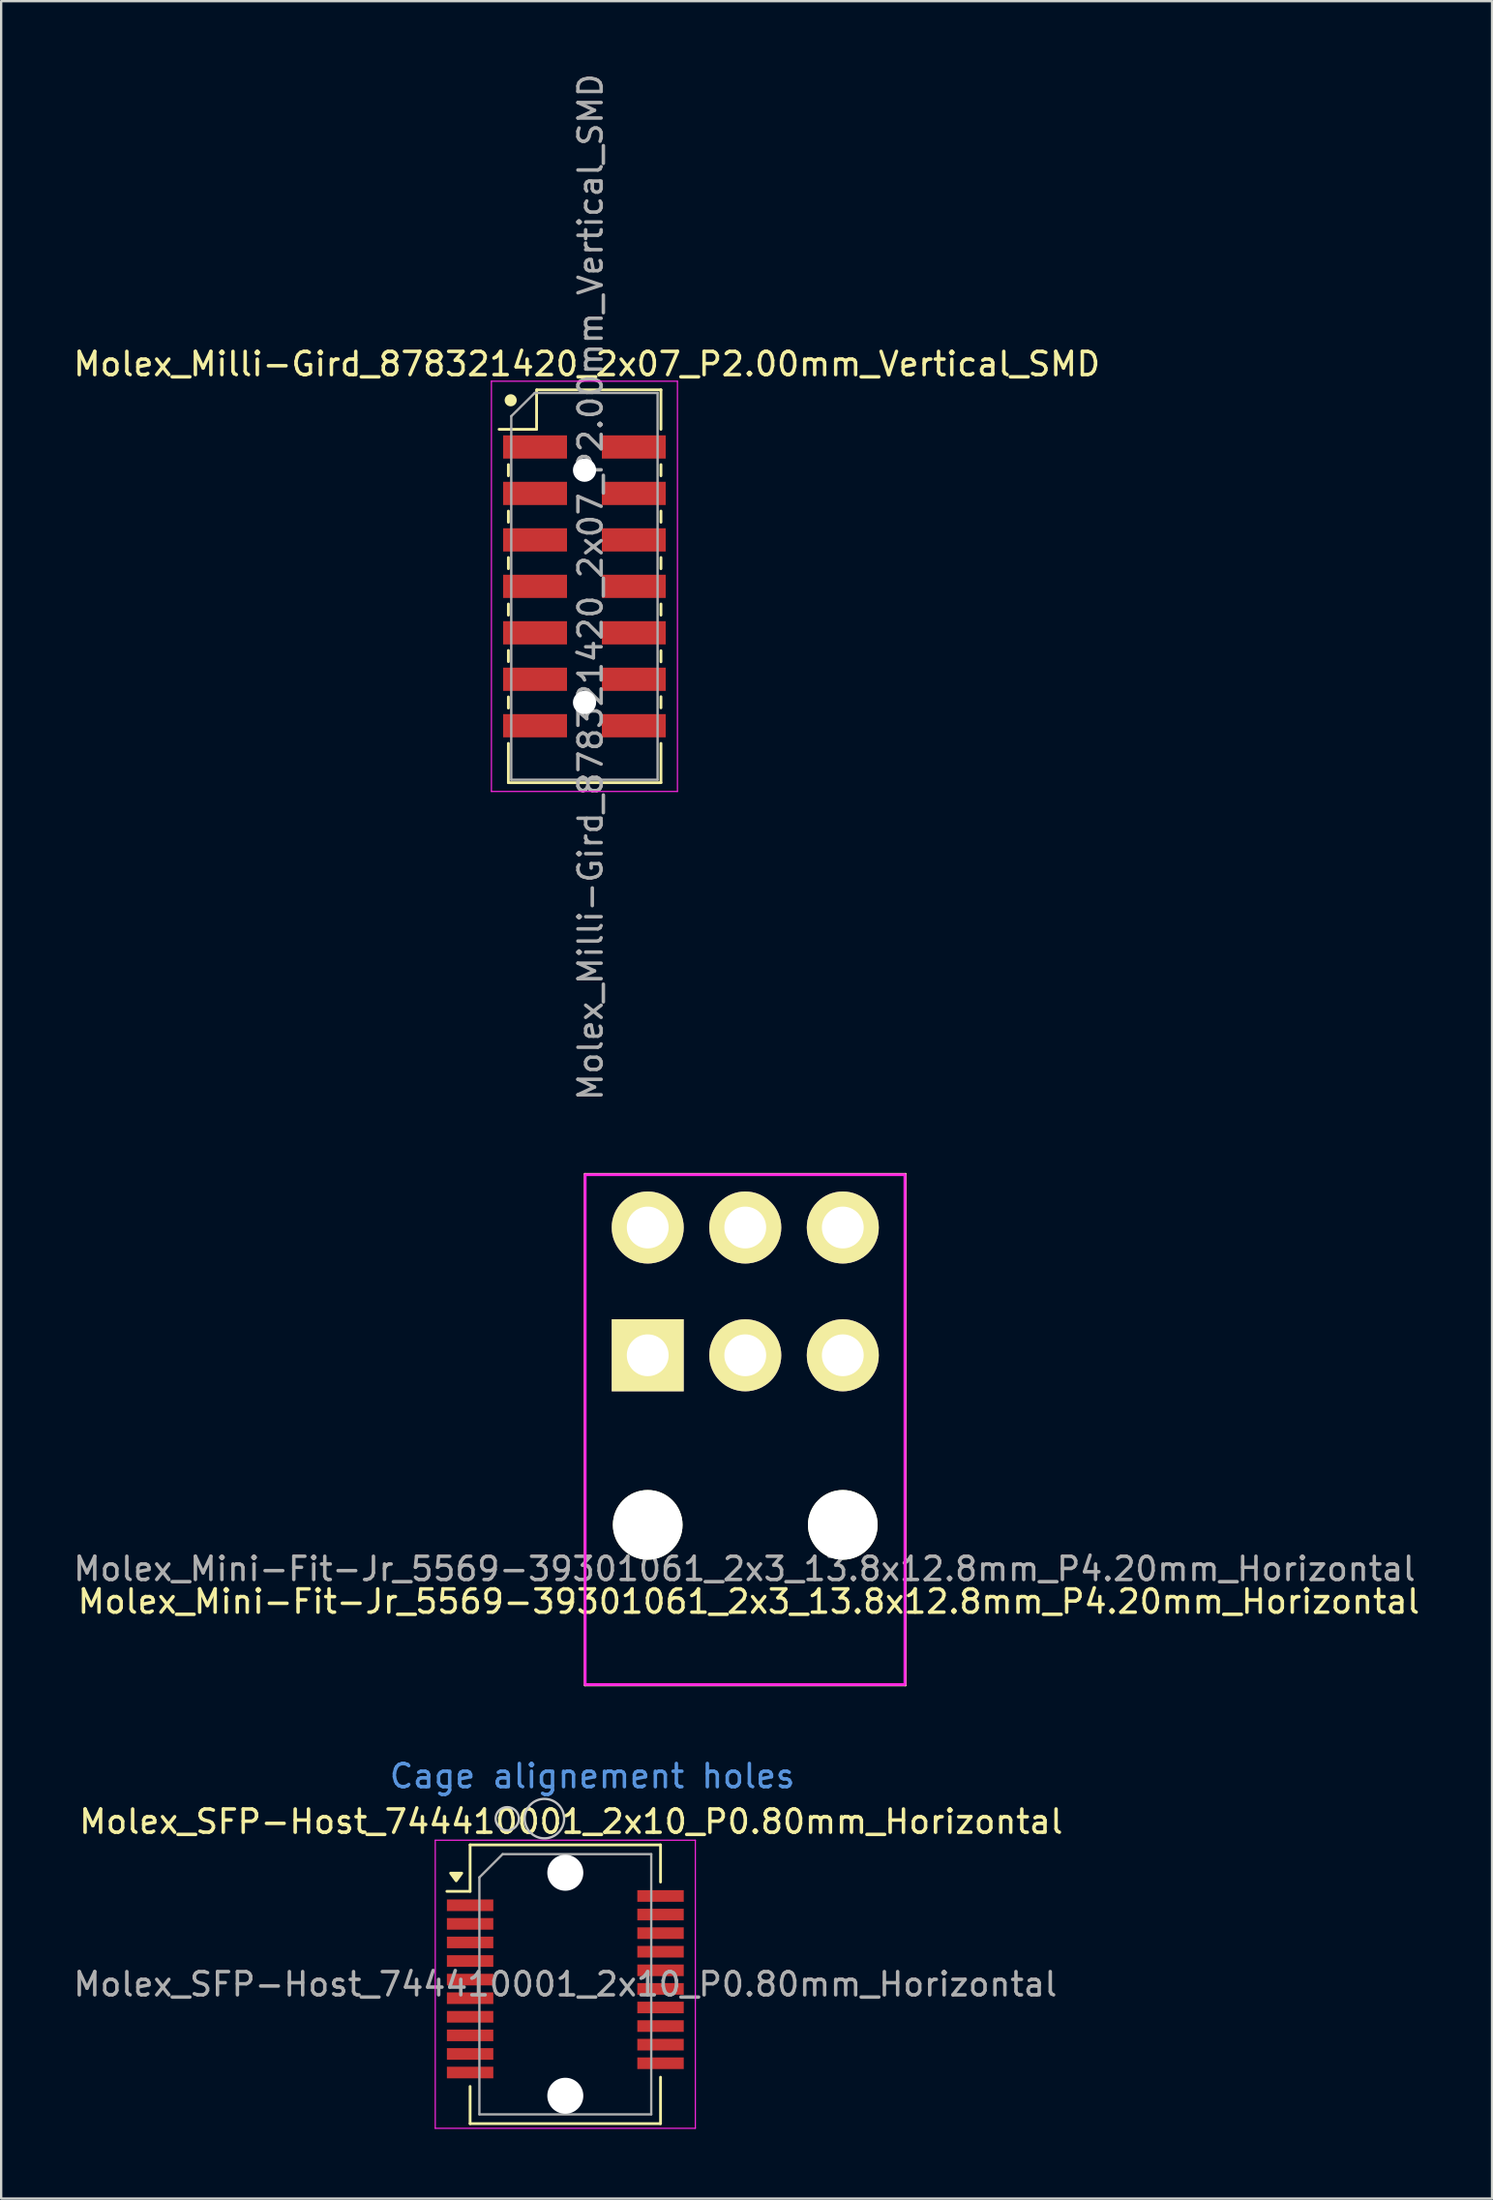
<source format=kicad_pcb>
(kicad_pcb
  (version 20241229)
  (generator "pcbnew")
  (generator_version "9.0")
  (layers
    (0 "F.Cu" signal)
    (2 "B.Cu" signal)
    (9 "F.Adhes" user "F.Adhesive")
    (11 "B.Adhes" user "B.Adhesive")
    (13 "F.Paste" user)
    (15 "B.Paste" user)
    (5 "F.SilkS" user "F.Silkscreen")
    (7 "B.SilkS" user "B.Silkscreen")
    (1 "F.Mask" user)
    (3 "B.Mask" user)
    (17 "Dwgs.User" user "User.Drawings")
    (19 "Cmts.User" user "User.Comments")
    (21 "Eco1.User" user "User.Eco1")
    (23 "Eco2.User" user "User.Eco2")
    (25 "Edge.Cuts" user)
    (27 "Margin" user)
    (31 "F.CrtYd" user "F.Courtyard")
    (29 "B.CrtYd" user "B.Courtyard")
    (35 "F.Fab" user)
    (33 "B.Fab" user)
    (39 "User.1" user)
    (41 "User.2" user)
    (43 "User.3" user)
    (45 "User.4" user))
  (footprint "Molex_SFP-Host_744410001_2x10_P0.80mm_Horizontal"
    (layer "F.Cu")
    (at 17.192 78.965)
    (property "Reference" "Molex_SFP-Host_744410001_2x10_P0.80mm_Horizontal" (at 4.35 -3.6 0) (layer "F.SilkS") (effects (font (size 1 1) (thickness 0.15))))
    (attr smd)
    (fp_line (start 0 -2.6) (end 0 -0.6) (stroke (width 0.12) (type solid)) (layer "F.SilkS"))
    (fp_line (start 0 -0.6) (end -1 -0.6) (stroke (width 0.12) (type solid)) (layer "F.SilkS"))
    (fp_line (start 0 7.8) (end 0 9.4) (stroke (width 0.12) (type solid)) (layer "F.SilkS"))
    (fp_line (start 8.2 -2.6) (end 0 -2.6) (stroke (width 0.12) (type solid)) (layer "F.SilkS"))
    (fp_line (start 8.2 -1) (end 8.2 -2.6) (stroke (width 0.12) (type solid)) (layer "F.SilkS"))
    (fp_line (start 8.2 7.4) (end 8.2 9.4) (stroke (width 0.12) (type solid)) (layer "F.SilkS"))
    (fp_line (start 8.2 9.4) (end 0 9.4) (stroke (width 0.12) (type solid)) (layer "F.SilkS"))
    (fp_poly (pts (xy -0.599 -1.053) (xy -0.839 -1.383) (xy -0.359 -1.383) (xy -0.599 -1.053)) (stroke (width 0.12) (type solid)) (fill yes) (layer "F.SilkS"))
    (fp_circle (center 1.6 -3.725) (end 2.1 -3.725) (stroke (width 0.1) (type default)) (fill no) (layer "Dwgs.User"))
    (fp_circle (center 3.2 -3.73) (end 4.05 -3.73) (stroke (width 0.1) (type default)) (fill no) (layer "Dwgs.User"))
    (fp_line (start -1.5 -2.8) (end -1.5 9.6) (stroke (width 0.05) (type default)) (layer "F.CrtYd"))
    (fp_line (start -1.5 -2.8) (end 9.7 -2.8) (stroke (width 0.05) (type solid)) (layer "F.CrtYd"))
    (fp_line (start 9.7 9.6) (end -1.5 9.6) (stroke (width 0.05) (type solid)) (layer "F.CrtYd"))
    (fp_line (start 9.7 9.6) (end 9.7 -2.8) (stroke (width 0.05) (type solid)) (layer "F.CrtYd"))
    (fp_line (start 0.4 -1.2) (end 0.4 9) (stroke (width 0.1) (type solid)) (layer "F.Fab"))
    (fp_line (start 0.4 -1.2) (end 1.4 -2.2) (stroke (width 0.1) (type solid)) (layer "F.Fab"))
    (fp_line (start 7.8 -2.2) (end 1.4 -2.2) (stroke (width 0.1) (type solid)) (layer "F.Fab"))
    (fp_line (start 7.8 -2.2) (end 7.8 9) (stroke (width 0.1) (type solid)) (layer "F.Fab"))
    (fp_line (start 7.8 9) (end 0.4 9) (stroke (width 0.1) (type solid)) (layer "F.Fab"))
    (fp_text user "Cage alignement holes" (at -3.55 -4.975 0) (unlocked yes) (layer "Cmts.User") (effects (font (size 1 1) (thickness 0.15)) (justify left bottom)))
    (fp_text user "${REFERENCE}" (at 4.1 3.4 0) (layer "F.Fab") (effects (font (size 1 1) (thickness 0.15))))
    (pad "" np_thru_hole circle (at 4.1 -1.4) (size 1.55 1.55) (drill 1.55) (layers "*.Cu" "*.Mask"))
    (pad "" np_thru_hole circle (at 4.1 8.2) (size 1.55 1.55) (drill 1.55) (layers "*.Cu" "*.Mask"))
    (pad "1" smd rect (at 0 0) (size 2 0.5) (layers "F.Cu" "F.Mask" "F.Paste"))
    (pad "2" smd rect (at 0 0.8) (size 2 0.5) (layers "F.Cu" "F.Mask" "F.Paste"))
    (pad "3" smd rect (at 0 1.6) (size 2 0.5) (layers "F.Cu" "F.Mask" "F.Paste"))
    (pad "4" smd rect (at 0 2.4) (size 2 0.5) (layers "F.Cu" "F.Mask" "F.Paste"))
    (pad "5" smd rect (at 0 3.2) (size 2 0.5) (layers "F.Cu" "F.Mask" "F.Paste"))
    (pad "6" smd rect (at 0 4) (size 2 0.5) (layers "F.Cu" "F.Mask" "F.Paste"))
    (pad "7" smd rect (at 0 4.8) (size 2 0.5) (layers "F.Cu" "F.Mask" "F.Paste"))
    (pad "8" smd rect (at 0 5.6) (size 2 0.5) (layers "F.Cu" "F.Mask" "F.Paste"))
    (pad "9" smd rect (at 0 6.4) (size 2 0.5) (layers "F.Cu" "F.Mask" "F.Paste"))
    (pad "10" smd rect (at 0 7.2) (size 2 0.5) (layers "F.Cu" "F.Mask" "F.Paste"))
    (pad "11" smd rect (at 8.2 6.8) (size 2 0.5) (layers "F.Cu" "F.Mask" "F.Paste"))
    (pad "12" smd rect (at 8.2 6) (size 2 0.5) (layers "F.Cu" "F.Mask" "F.Paste"))
    (pad "13" smd rect (at 8.2 5.2) (size 2 0.5) (layers "F.Cu" "F.Mask" "F.Paste"))
    (pad "14" smd rect (at 8.2 4.4) (size 2 0.5) (layers "F.Cu" "F.Mask" "F.Paste"))
    (pad "15" smd rect (at 8.2 3.6) (size 2 0.5) (layers "F.Cu" "F.Mask" "F.Paste"))
    (pad "16" smd rect (at 8.2 2.8) (size 2 0.5) (layers "F.Cu" "F.Mask" "F.Paste"))
    (pad "17" smd rect (at 8.2 2) (size 2 0.5) (layers "F.Cu" "F.Mask" "F.Paste"))
    (pad "18" smd rect (at 8.2 1.2) (size 2 0.5) (layers "F.Cu" "F.Mask" "F.Paste"))
    (pad "19" smd rect (at 8.2 0.4) (size 2 0.5) (layers "F.Cu" "F.Mask" "F.Paste"))
    (pad "20" smd rect (at 8.2 -0.4) (size 2 0.5) (layers "F.Cu" "F.Mask" "F.Paste")))
  (footprint "Molex_Mini-Fit-Jr_5569-39301061_2x3_13.8x12.8mm_P4.20mm_Horizontal"
    (layer "F.Cu")
    (at 24.84 55.29)
    (property "Reference" "Molex_Mini-Fit-Jr_5569-39301061_2x3_13.8x12.8mm_P4.20mm_Horizontal" (at 4.35 10.6 0) (layer "F.SilkS") (effects (font (size 1 1) (thickness 0.15))))
    (attr through_hole)
    (fp_line (start -2.7 -7.8) (end 11.1 -7.8) (stroke (width 0.1) (type solid)) (layer "F.SilkS"))
    (fp_line (start -2.7 14.2) (end -2.7 -7.8) (stroke (width 0.1) (type solid)) (layer "F.SilkS"))
    (fp_line (start -2.7 14.2) (end 11.1 14.2) (stroke (width 0.1) (type solid)) (layer "F.SilkS"))
    (fp_line (start 11.1 14.2) (end 11.1 -7.8) (stroke (width 0.1) (type solid)) (layer "F.SilkS"))
    (fp_rect (start -2.692 -7.772) (end 11.074 14.173) (stroke (width 0.12) (type solid)) (fill no) (layer "F.CrtYd"))
    (fp_text user "${REFERENCE}" (at 4.166 9.195 0) (layer "F.Fab") (effects (font (size 1 1) (thickness 0.15))))
    (pad "" np_thru_hole circle (at 0 7.3) (size 3 3) (drill 3) (layers "*.Cu" "*.Mask" "F.SilkS"))
    (pad "" np_thru_hole circle (at 8.4 7.3) (size 3 3) (drill 3) (layers "*.Cu" "*.Mask" "F.SilkS"))
    (pad "1" thru_hole rect (at 0 0) (size 3.1 3.1) (drill 1.8) (layers "*.Cu" "*.Mask" "F.SilkS"))
    (pad "2" thru_hole circle (at 0 -5.5) (size 3.1 3.1) (drill 1.8) (layers "*.Cu" "*.Mask" "F.SilkS"))
    (pad "3" thru_hole circle (at 4.2 0) (size 3.1 3.1) (drill 1.8) (layers "*.Cu" "*.Mask" "F.SilkS"))
    (pad "4" thru_hole circle (at 4.2 -5.5) (size 3.1 3.1) (drill 1.8) (layers "*.Cu" "*.Mask" "F.SilkS"))
    (pad "5" thru_hole circle (at 8.4 0) (size 3.1 3.1) (drill 1.8) (layers "*.Cu" "*.Mask" "F.SilkS"))
    (pad "6" thru_hole circle (at 8.4 -5.5) (size 3.1 3.1) (drill 1.8) (layers "*.Cu" "*.Mask" "F.SilkS")))
  (footprint "Molex_Milli-Gird_878321420_2x07_P2.00mm_Vertical_SMD"
    (layer "F.Cu")
    (at 22.14 22.18)
    (property "Reference" "Molex_Milli-Gird_878321420_2x07_P2.00mm_Vertical_SMD" (at 0.08 -9.56 0) (layer "F.SilkS") (effects (font (size 1 1) (thickness 0.15))))
    (attr smd)
    (fp_line (start -3.7 -6.75) (end -2.085 -6.75) (stroke (width 0.12) (type solid)) (layer "F.SilkS"))
    (fp_line (start -3.3 -5.23) (end -3.3 -4.75) (stroke (width 0.12) (type solid)) (layer "F.SilkS"))
    (fp_line (start -3.3 -3.23) (end -3.3 -2.75) (stroke (width 0.12) (type solid)) (layer "F.SilkS"))
    (fp_line (start -3.3 -1.23) (end -3.3 -0.75) (stroke (width 0.12) (type solid)) (layer "F.SilkS"))
    (fp_line (start -3.3 0.77) (end -3.3 1.25) (stroke (width 0.12) (type solid)) (layer "F.SilkS"))
    (fp_line (start -3.3 2.77) (end -3.3 3.25) (stroke (width 0.12) (type solid)) (layer "F.SilkS"))
    (fp_line (start -3.3 4.77) (end -3.3 5.25) (stroke (width 0.12) (type solid)) (layer "F.SilkS"))
    (fp_line (start -3.3 6.77) (end -3.3 8.46) (stroke (width 0.12) (type solid)) (layer "F.SilkS"))
    (fp_line (start -2.085 -8.45) (end -2.085 -6.75) (stroke (width 0.12) (type solid)) (layer "F.SilkS"))
    (fp_line (start -2.07 -8.45) (end 3.27 -8.45) (stroke (width 0.12) (type solid)) (layer "F.SilkS"))
    (fp_line (start 3.27 -8.45) (end 3.27 -6.75) (stroke (width 0.12) (type solid)) (layer "F.SilkS"))
    (fp_line (start 3.27 -5.23) (end 3.27 -4.75) (stroke (width 0.12) (type solid)) (layer "F.SilkS"))
    (fp_line (start 3.27 -3.23) (end 3.27 -2.75) (stroke (width 0.12) (type solid)) (layer "F.SilkS"))
    (fp_line (start 3.27 -1.23) (end 3.27 -0.75) (stroke (width 0.12) (type solid)) (layer "F.SilkS"))
    (fp_line (start 3.27 0.77) (end 3.27 1.25) (stroke (width 0.12) (type solid)) (layer "F.SilkS"))
    (fp_line (start 3.27 2.78) (end 3.27 3.26) (stroke (width 0.12) (type solid)) (layer "F.SilkS"))
    (fp_line (start 3.27 4.76) (end 3.27 5.24) (stroke (width 0.12) (type solid)) (layer "F.SilkS"))
    (fp_line (start 3.27 6.77) (end 3.27 8.46) (stroke (width 0.12) (type solid)) (layer "F.SilkS"))
    (fp_line (start 3.27 8.46) (end -3.3 8.46) (stroke (width 0.12) (type solid)) (layer "F.SilkS"))
    (fp_circle (center -3.2 -8) (end -3 -8) (stroke (width 0.12) (type solid)) (fill yes) (layer "F.SilkS"))
    (fp_line (start -4.03 -8.82) (end -4.03 8.84) (stroke (width 0.05) (type solid)) (layer "F.CrtYd"))
    (fp_line (start -4.03 8.84) (end 3.98 8.84) (stroke (width 0.05) (type solid)) (layer "F.CrtYd"))
    (fp_line (start 3.98 -8.82) (end -4.03 -8.82) (stroke (width 0.05) (type solid)) (layer "F.CrtYd"))
    (fp_line (start 3.98 8.84) (end 3.98 -8.82) (stroke (width 0.05) (type solid)) (layer "F.CrtYd"))
    (fp_line (start -3.175 8.335) (end -3.175 -7.32) (stroke (width 0.1) (type solid)) (layer "F.Fab"))
    (fp_line (start -2.165 -8.315) (end -3.175 -7.315) (stroke (width 0.1) (type default)) (layer "F.Fab"))
    (fp_line (start -2.165 -8.315) (end 3.125 -8.315) (stroke (width 0.1) (type solid)) (layer "F.Fab"))
    (fp_line (start 3.125 -8.315) (end 3.125 8.335) (stroke (width 0.1) (type solid)) (layer "F.Fab"))
    (fp_line (start 3.125 8.335) (end -3.175 8.335) (stroke (width 0.1) (type solid)) (layer "F.Fab"))
    (fp_text user "${REFERENCE}" (at 0.24 0.04 90) (layer "F.Fab") (effects (font (size 1 1) (thickness 0.15))))
    (pad "" np_thru_hole circle (at -0.02 -4.99) (size 1 1) (drill 1) (layers "*.Cu" "*.Mask"))
    (pad "" np_thru_hole circle (at -0.02 5.01) (size 1 1) (drill 1) (layers "*.Cu" "*.Mask"))
    (pad "1" smd rect (at -2.15 -5.99) (size 2.75 1) (layers "F.Cu" "F.Mask" "F.Paste"))
    (pad "2" smd rect (at 2.1 -5.99) (size 2.75 1) (layers "F.Cu" "F.Mask" "F.Paste"))
    (pad "3" smd rect (at -2.15 -3.99) (size 2.75 1) (layers "F.Cu" "F.Mask" "F.Paste"))
    (pad "4" smd rect (at 2.1 -3.99) (size 2.75 1) (layers "F.Cu" "F.Mask" "F.Paste"))
    (pad "5" smd rect (at -2.15 -1.99) (size 2.75 1) (layers "F.Cu" "F.Mask" "F.Paste"))
    (pad "6" smd rect (at 2.1 -1.99) (size 2.75 1) (layers "F.Cu" "F.Mask" "F.Paste"))
    (pad "7" smd rect (at -2.15 0.01) (size 2.75 1) (layers "F.Cu" "F.Mask" "F.Paste"))
    (pad "8" smd rect (at 2.1 0.01) (size 2.75 1) (layers "F.Cu" "F.Mask" "F.Paste"))
    (pad "9" smd rect (at -2.15 2.01) (size 2.75 1) (layers "F.Cu" "F.Mask" "F.Paste"))
    (pad "10" smd rect (at 2.1 2.01) (size 2.75 1) (layers "F.Cu" "F.Mask" "F.Paste"))
    (pad "11" smd rect (at -2.15 4.01) (size 2.75 1) (layers "F.Cu" "F.Mask" "F.Paste"))
    (pad "12" smd rect (at 2.1 4.01) (size 2.75 1) (layers "F.Cu" "F.Mask" "F.Paste"))
    (pad "13" smd rect (at -2.15 6.01) (size 2.75 1) (layers "F.Cu" "F.Mask" "F.Paste"))
    (pad "14" smd rect (at 2.1 6.01) (size 2.75 1) (layers "F.Cu" "F.Mask" "F.Paste")))
  (gr_rect
    (start -3 -3)
    (end 61.196 91.59)
    (stroke (width 0.1) (type default))
    (fill no)
    (layer "Edge.Cuts")))
</source>
